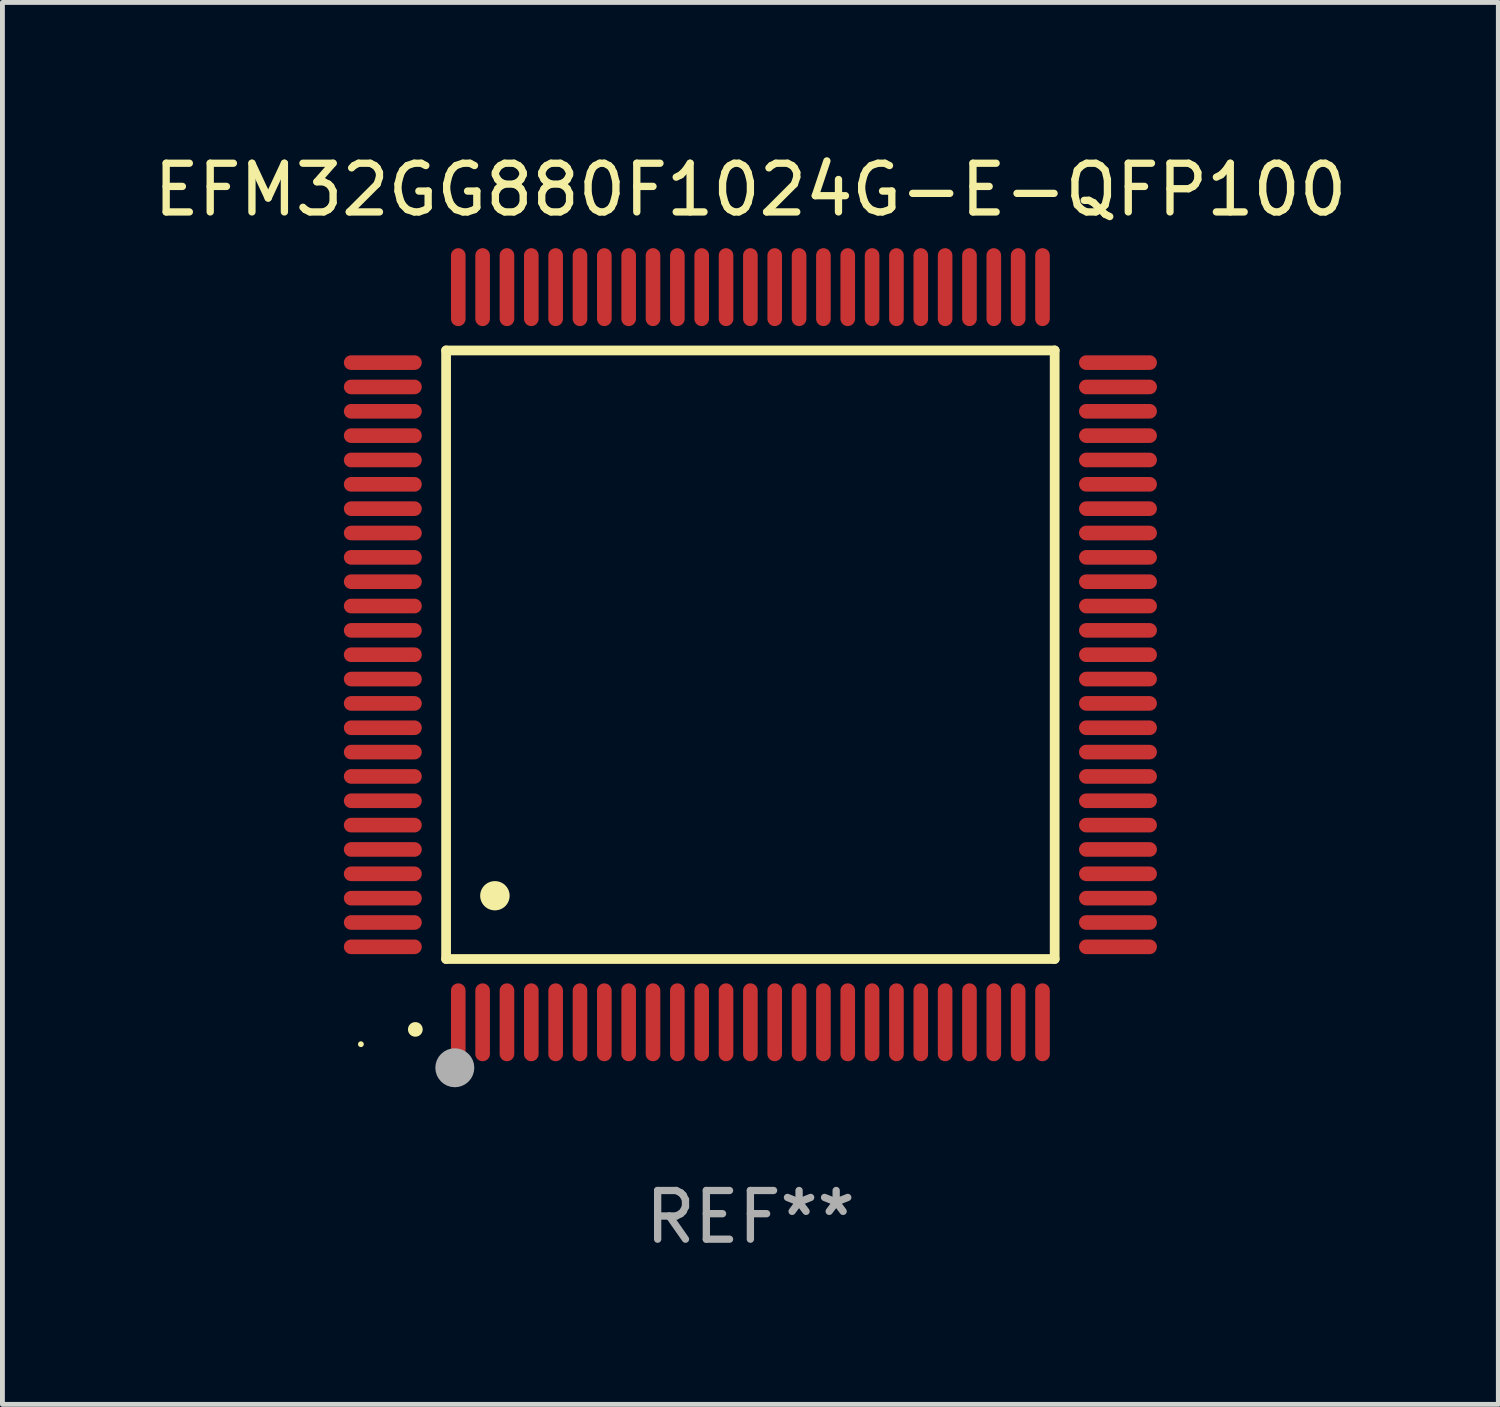
<source format=kicad_pcb>
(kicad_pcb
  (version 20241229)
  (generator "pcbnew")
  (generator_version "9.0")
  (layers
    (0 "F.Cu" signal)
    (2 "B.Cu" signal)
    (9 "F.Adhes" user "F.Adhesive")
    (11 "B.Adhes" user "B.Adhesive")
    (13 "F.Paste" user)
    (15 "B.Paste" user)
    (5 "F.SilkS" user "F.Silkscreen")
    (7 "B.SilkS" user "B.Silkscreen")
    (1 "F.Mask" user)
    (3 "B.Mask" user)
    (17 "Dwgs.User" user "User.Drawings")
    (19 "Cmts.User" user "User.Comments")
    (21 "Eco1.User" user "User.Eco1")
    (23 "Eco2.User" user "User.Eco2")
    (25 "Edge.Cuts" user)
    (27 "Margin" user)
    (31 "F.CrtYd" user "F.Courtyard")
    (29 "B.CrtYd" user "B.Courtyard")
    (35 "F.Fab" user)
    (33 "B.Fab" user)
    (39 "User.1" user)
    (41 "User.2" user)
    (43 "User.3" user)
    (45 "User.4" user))
  (footprint "EFM32GG880F1024G-E-QFP100"
    (layer "F.Cu")
    (at 12.363 10.398)
    (property "Reference" "EFM32GG880F1024G-E-QFP100" (at 0 -9.55 0) (layer "F.SilkS") (effects (font (size 1 1) (thickness 0.15))))
    (attr through_hole)
    (fp_line (start -6.25 -6.25) (end -6.25 6.25) (stroke (width 0.2) (type solid)) (layer "F.SilkS"))
    (fp_line (start -6.25 6.25) (end 6.25 6.25) (stroke (width 0.2) (type solid)) (layer "F.SilkS"))
    (fp_line (start 6.25 -6.25) (end -6.25 -6.25) (stroke (width 0.2) (type solid)) (layer "F.SilkS"))
    (fp_line (start 6.25 6.25) (end 6.25 -6.25) (stroke (width 0.2) (type solid)) (layer "F.SilkS"))
    (fp_arc (start -6.883414 7.696215) (mid -6.882144 7.69621) (end -6.880874 7.696215) (stroke (width 0.3) (type solid)) (layer "F.SilkS"))
    (fp_arc (start -5.250191 4.95047) (mid -5.247651 4.950459) (end -5.245111 4.95047) (stroke (width 0.6) (type solid)) (layer "F.SilkS"))
    (fp_circle (center -8 8) (end -7.97 8) (stroke (width 0.06) (type solid)) (fill no) (layer "F.SilkS"))
    (fp_circle (center -6.071 8.484) (end -5.871 8.484) (stroke (width 0.4) (type solid)) (fill no) (layer "F.Fab"))
    (fp_text user "REF**" (at 0 11.55 0) (layer "F.Fab") (effects (font (size 1 1) (thickness 0.15))))
    (pad "1" smd oval (at -6 7.55) (size 0.3 1.6) (layers "F.Cu" "F.Mask" "F.Paste"))
    (pad "2" smd oval (at -5.5 7.55) (size 0.3 1.6) (layers "F.Cu" "F.Mask" "F.Paste"))
    (pad "3" smd oval (at -5 7.55) (size 0.3 1.6) (layers "F.Cu" "F.Mask" "F.Paste"))
    (pad "4" smd oval (at -4.5 7.55) (size 0.3 1.6) (layers "F.Cu" "F.Mask" "F.Paste"))
    (pad "5" smd oval (at -4 7.55) (size 0.3 1.6) (layers "F.Cu" "F.Mask" "F.Paste"))
    (pad "6" smd oval (at -3.5 7.55) (size 0.3 1.6) (layers "F.Cu" "F.Mask" "F.Paste"))
    (pad "7" smd oval (at -3 7.55) (size 0.3 1.6) (layers "F.Cu" "F.Mask" "F.Paste"))
    (pad "8" smd oval (at -2.5 7.55) (size 0.3 1.6) (layers "F.Cu" "F.Mask" "F.Paste"))
    (pad "9" smd oval (at -2 7.55) (size 0.3 1.6) (layers "F.Cu" "F.Mask" "F.Paste"))
    (pad "10" smd oval (at -1.5 7.55) (size 0.3 1.6) (layers "F.Cu" "F.Mask" "F.Paste"))
    (pad "11" smd oval (at -1 7.55) (size 0.3 1.6) (layers "F.Cu" "F.Mask" "F.Paste"))
    (pad "12" smd oval (at -0.5 7.55) (size 0.3 1.6) (layers "F.Cu" "F.Mask" "F.Paste"))
    (pad "13" smd oval (at 0 7.55) (size 0.3 1.6) (layers "F.Cu" "F.Mask" "F.Paste"))
    (pad "14" smd oval (at 0.5 7.55) (size 0.3 1.6) (layers "F.Cu" "F.Mask" "F.Paste"))
    (pad "15" smd oval (at 1 7.55) (size 0.3 1.6) (layers "F.Cu" "F.Mask" "F.Paste"))
    (pad "16" smd oval (at 1.5 7.55) (size 0.3 1.6) (layers "F.Cu" "F.Mask" "F.Paste"))
    (pad "17" smd oval (at 2 7.55) (size 0.3 1.6) (layers "F.Cu" "F.Mask" "F.Paste"))
    (pad "18" smd oval (at 2.5 7.55) (size 0.3 1.6) (layers "F.Cu" "F.Mask" "F.Paste"))
    (pad "19" smd oval (at 3 7.55) (size 0.3 1.6) (layers "F.Cu" "F.Mask" "F.Paste"))
    (pad "20" smd oval (at 3.5 7.55) (size 0.3 1.6) (layers "F.Cu" "F.Mask" "F.Paste"))
    (pad "21" smd oval (at 4 7.55) (size 0.3 1.6) (layers "F.Cu" "F.Mask" "F.Paste"))
    (pad "22" smd oval (at 4.5 7.55) (size 0.3 1.6) (layers "F.Cu" "F.Mask" "F.Paste"))
    (pad "23" smd oval (at 5 7.55) (size 0.3 1.6) (layers "F.Cu" "F.Mask" "F.Paste"))
    (pad "24" smd oval (at 5.5 7.55) (size 0.3 1.6) (layers "F.Cu" "F.Mask" "F.Paste"))
    (pad "25" smd oval (at 6 7.55) (size 0.3 1.6) (layers "F.Cu" "F.Mask" "F.Paste"))
    (pad "26" smd oval (at 7.55 6) (size 1.6 0.3) (layers "F.Cu" "F.Mask" "F.Paste"))
    (pad "27" smd oval (at 7.55 5.5) (size 1.6 0.3) (layers "F.Cu" "F.Mask" "F.Paste"))
    (pad "28" smd oval (at 7.55 5) (size 1.6 0.3) (layers "F.Cu" "F.Mask" "F.Paste"))
    (pad "29" smd oval (at 7.55 4.5) (size 1.6 0.3) (layers "F.Cu" "F.Mask" "F.Paste"))
    (pad "30" smd oval (at 7.55 4) (size 1.6 0.3) (layers "F.Cu" "F.Mask" "F.Paste"))
    (pad "31" smd oval (at 7.55 3.5) (size 1.6 0.3) (layers "F.Cu" "F.Mask" "F.Paste"))
    (pad "32" smd oval (at 7.55 3) (size 1.6 0.3) (layers "F.Cu" "F.Mask" "F.Paste"))
    (pad "33" smd oval (at 7.55 2.5) (size 1.6 0.3) (layers "F.Cu" "F.Mask" "F.Paste"))
    (pad "34" smd oval (at 7.55 2) (size 1.6 0.3) (layers "F.Cu" "F.Mask" "F.Paste"))
    (pad "35" smd oval (at 7.55 1.5) (size 1.6 0.3) (layers "F.Cu" "F.Mask" "F.Paste"))
    (pad "36" smd oval (at 7.55 1) (size 1.6 0.3) (layers "F.Cu" "F.Mask" "F.Paste"))
    (pad "37" smd oval (at 7.55 0.5) (size 1.6 0.3) (layers "F.Cu" "F.Mask" "F.Paste"))
    (pad "38" smd oval (at 7.55 0) (size 1.6 0.3) (layers "F.Cu" "F.Mask" "F.Paste"))
    (pad "39" smd oval (at 7.55 -0.5) (size 1.6 0.3) (layers "F.Cu" "F.Mask" "F.Paste"))
    (pad "40" smd oval (at 7.55 -1) (size 1.6 0.3) (layers "F.Cu" "F.Mask" "F.Paste"))
    (pad "41" smd oval (at 7.55 -1.5) (size 1.6 0.3) (layers "F.Cu" "F.Mask" "F.Paste"))
    (pad "42" smd oval (at 7.55 -2) (size 1.6 0.3) (layers "F.Cu" "F.Mask" "F.Paste"))
    (pad "43" smd oval (at 7.55 -2.5) (size 1.6 0.3) (layers "F.Cu" "F.Mask" "F.Paste"))
    (pad "44" smd oval (at 7.55 -3) (size 1.6 0.3) (layers "F.Cu" "F.Mask" "F.Paste"))
    (pad "45" smd oval (at 7.55 -3.5) (size 1.6 0.3) (layers "F.Cu" "F.Mask" "F.Paste"))
    (pad "46" smd oval (at 7.55 -4) (size 1.6 0.3) (layers "F.Cu" "F.Mask" "F.Paste"))
    (pad "47" smd oval (at 7.55 -4.5) (size 1.6 0.3) (layers "F.Cu" "F.Mask" "F.Paste"))
    (pad "48" smd oval (at 7.55 -5) (size 1.6 0.3) (layers "F.Cu" "F.Mask" "F.Paste"))
    (pad "49" smd oval (at 7.55 -5.5) (size 1.6 0.3) (layers "F.Cu" "F.Mask" "F.Paste"))
    (pad "50" smd oval (at 7.55 -6) (size 1.6 0.3) (layers "F.Cu" "F.Mask" "F.Paste"))
    (pad "51" smd oval (at 6 -7.55) (size 0.3 1.6) (layers "F.Cu" "F.Mask" "F.Paste"))
    (pad "52" smd oval (at 5.5 -7.55) (size 0.3 1.6) (layers "F.Cu" "F.Mask" "F.Paste"))
    (pad "53" smd oval (at 5 -7.55) (size 0.3 1.6) (layers "F.Cu" "F.Mask" "F.Paste"))
    (pad "54" smd oval (at 4.5 -7.55) (size 0.3 1.6) (layers "F.Cu" "F.Mask" "F.Paste"))
    (pad "55" smd oval (at 4 -7.55) (size 0.3 1.6) (layers "F.Cu" "F.Mask" "F.Paste"))
    (pad "56" smd oval (at 3.5 -7.55) (size 0.3 1.6) (layers "F.Cu" "F.Mask" "F.Paste"))
    (pad "57" smd oval (at 3 -7.55) (size 0.3 1.6) (layers "F.Cu" "F.Mask" "F.Paste"))
    (pad "58" smd oval (at 2.5 -7.55) (size 0.3 1.6) (layers "F.Cu" "F.Mask" "F.Paste"))
    (pad "59" smd oval (at 2 -7.55) (size 0.3 1.6) (layers "F.Cu" "F.Mask" "F.Paste"))
    (pad "60" smd oval (at 1.5 -7.55) (size 0.3 1.6) (layers "F.Cu" "F.Mask" "F.Paste"))
    (pad "61" smd oval (at 1 -7.55) (size 0.3 1.6) (layers "F.Cu" "F.Mask" "F.Paste"))
    (pad "62" smd oval (at 0.5 -7.55) (size 0.3 1.6) (layers "F.Cu" "F.Mask" "F.Paste"))
    (pad "63" smd oval (at 0 -7.55) (size 0.3 1.6) (layers "F.Cu" "F.Mask" "F.Paste"))
    (pad "64" smd oval (at -0.5 -7.55) (size 0.3 1.6) (layers "F.Cu" "F.Mask" "F.Paste"))
    (pad "65" smd oval (at -1 -7.55) (size 0.3 1.6) (layers "F.Cu" "F.Mask" "F.Paste"))
    (pad "66" smd oval (at -1.5 -7.55) (size 0.3 1.6) (layers "F.Cu" "F.Mask" "F.Paste"))
    (pad "67" smd oval (at -2 -7.55) (size 0.3 1.6) (layers "F.Cu" "F.Mask" "F.Paste"))
    (pad "68" smd oval (at -2.5 -7.55) (size 0.3 1.6) (layers "F.Cu" "F.Mask" "F.Paste"))
    (pad "69" smd oval (at -3 -7.55) (size 0.3 1.6) (layers "F.Cu" "F.Mask" "F.Paste"))
    (pad "70" smd oval (at -3.5 -7.55) (size 0.3 1.6) (layers "F.Cu" "F.Mask" "F.Paste"))
    (pad "71" smd oval (at -4 -7.55) (size 0.3 1.6) (layers "F.Cu" "F.Mask" "F.Paste"))
    (pad "72" smd oval (at -4.5 -7.55) (size 0.3 1.6) (layers "F.Cu" "F.Mask" "F.Paste"))
    (pad "73" smd oval (at -5 -7.55) (size 0.3 1.6) (layers "F.Cu" "F.Mask" "F.Paste"))
    (pad "74" smd oval (at -5.5 -7.55) (size 0.3 1.6) (layers "F.Cu" "F.Mask" "F.Paste"))
    (pad "75" smd oval (at -6 -7.55) (size 0.3 1.6) (layers "F.Cu" "F.Mask" "F.Paste"))
    (pad "76" smd oval (at -7.55 -6) (size 1.6 0.3) (layers "F.Cu" "F.Mask" "F.Paste"))
    (pad "77" smd oval (at -7.55 -5.5) (size 1.6 0.3) (layers "F.Cu" "F.Mask" "F.Paste"))
    (pad "78" smd oval (at -7.55 -5) (size 1.6 0.3) (layers "F.Cu" "F.Mask" "F.Paste"))
    (pad "79" smd oval (at -7.55 -4.5) (size 1.6 0.3) (layers "F.Cu" "F.Mask" "F.Paste"))
    (pad "80" smd oval (at -7.55 -4) (size 1.6 0.3) (layers "F.Cu" "F.Mask" "F.Paste"))
    (pad "81" smd oval (at -7.55 -3.5) (size 1.6 0.3) (layers "F.Cu" "F.Mask" "F.Paste"))
    (pad "82" smd oval (at -7.55 -3) (size 1.6 0.3) (layers "F.Cu" "F.Mask" "F.Paste"))
    (pad "83" smd oval (at -7.55 -2.5) (size 1.6 0.3) (layers "F.Cu" "F.Mask" "F.Paste"))
    (pad "84" smd oval (at -7.55 -2) (size 1.6 0.3) (layers "F.Cu" "F.Mask" "F.Paste"))
    (pad "85" smd oval (at -7.55 -1.5) (size 1.6 0.3) (layers "F.Cu" "F.Mask" "F.Paste"))
    (pad "86" smd oval (at -7.55 -1) (size 1.6 0.3) (layers "F.Cu" "F.Mask" "F.Paste"))
    (pad "87" smd oval (at -7.55 -0.5) (size 1.6 0.3) (layers "F.Cu" "F.Mask" "F.Paste"))
    (pad "88" smd oval (at -7.55 0) (size 1.6 0.3) (layers "F.Cu" "F.Mask" "F.Paste"))
    (pad "89" smd oval (at -7.55 0.5) (size 1.6 0.3) (layers "F.Cu" "F.Mask" "F.Paste"))
    (pad "90" smd oval (at -7.55 1) (size 1.6 0.3) (layers "F.Cu" "F.Mask" "F.Paste"))
    (pad "91" smd oval (at -7.55 1.5) (size 1.6 0.3) (layers "F.Cu" "F.Mask" "F.Paste"))
    (pad "92" smd oval (at -7.55 2) (size 1.6 0.3) (layers "F.Cu" "F.Mask" "F.Paste"))
    (pad "93" smd oval (at -7.55 2.5) (size 1.6 0.3) (layers "F.Cu" "F.Mask" "F.Paste"))
    (pad "94" smd oval (at -7.55 3) (size 1.6 0.3) (layers "F.Cu" "F.Mask" "F.Paste"))
    (pad "95" smd oval (at -7.55 3.5) (size 1.6 0.3) (layers "F.Cu" "F.Mask" "F.Paste"))
    (pad "96" smd oval (at -7.55 4) (size 1.6 0.3) (layers "F.Cu" "F.Mask" "F.Paste"))
    (pad "97" smd oval (at -7.55 4.5) (size 1.6 0.3) (layers "F.Cu" "F.Mask" "F.Paste"))
    (pad "98" smd oval (at -7.55 5) (size 1.6 0.3) (layers "F.Cu" "F.Mask" "F.Paste"))
    (pad "99" smd oval (at -7.55 5.5) (size 1.6 0.3) (layers "F.Cu" "F.Mask" "F.Paste"))
    (pad "100" smd oval (at -7.55 6) (size 1.6 0.3) (layers "F.Cu" "F.Mask" "F.Paste")))
  (gr_rect
    (start -3 -3)
    (end 27.726 25.796)
    (stroke (width 0.1) (type default))
    (fill no)
    (layer "Edge.Cuts")))
</source>
